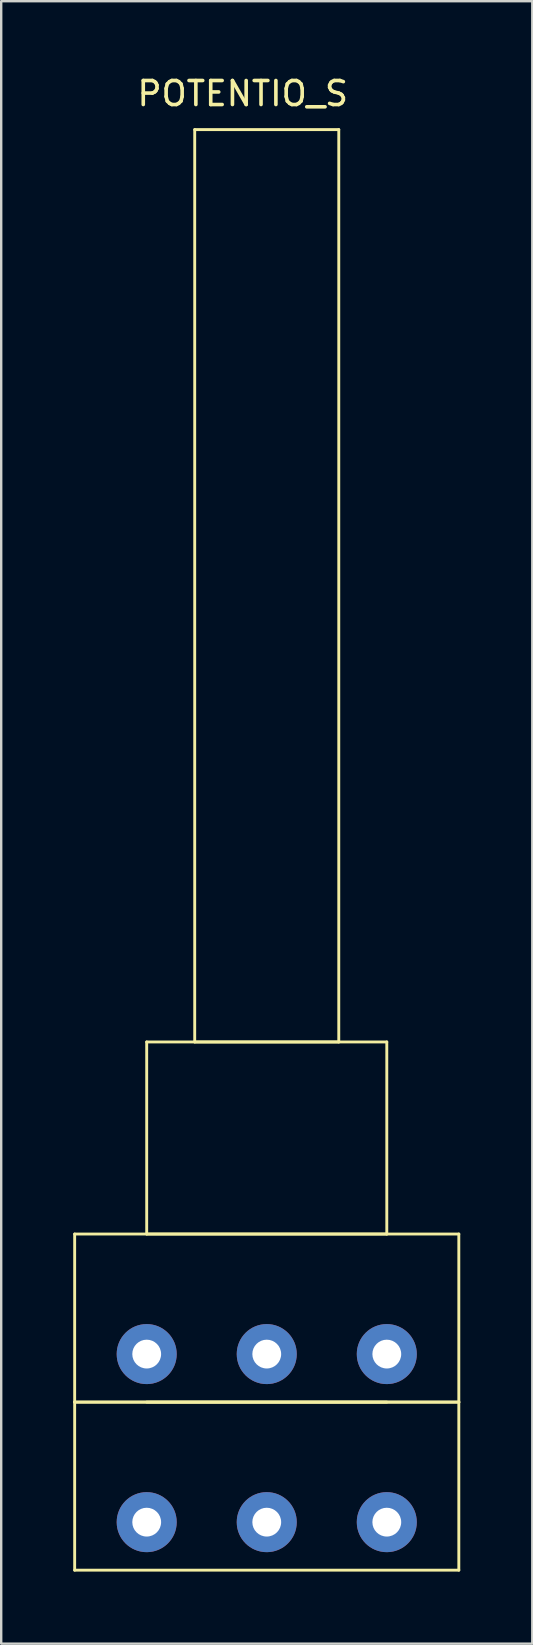
<source format=kicad_pcb>
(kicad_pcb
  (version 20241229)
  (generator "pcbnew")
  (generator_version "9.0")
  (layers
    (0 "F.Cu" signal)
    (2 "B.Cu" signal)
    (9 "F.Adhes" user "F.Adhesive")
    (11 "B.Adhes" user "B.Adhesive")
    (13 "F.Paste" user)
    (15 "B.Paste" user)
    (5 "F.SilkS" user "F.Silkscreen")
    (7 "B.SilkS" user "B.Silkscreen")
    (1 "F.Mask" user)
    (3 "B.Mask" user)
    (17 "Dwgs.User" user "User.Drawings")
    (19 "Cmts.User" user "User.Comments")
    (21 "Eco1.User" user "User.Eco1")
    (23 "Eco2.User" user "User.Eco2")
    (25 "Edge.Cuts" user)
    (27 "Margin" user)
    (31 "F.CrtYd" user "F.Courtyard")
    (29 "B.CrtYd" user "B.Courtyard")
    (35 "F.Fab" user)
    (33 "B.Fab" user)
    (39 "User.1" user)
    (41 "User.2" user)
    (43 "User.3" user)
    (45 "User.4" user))
  (footprint "POTENTIO_S"
    (layer "F.Cu")
    (at 5.06 2.348)
    (property "Reference" "POTENTIO_S" (at 2 -1.5 0) (layer "F.SilkS") (effects (font (size 1 1) (thickness 0.15))))
    (attr through_hole)
    (fp_line (start -5 46) (end 11 46) (stroke (width 0.12) (type solid)) (layer "F.SilkS"))
    (fp_line (start -5 53) (end -5 46) (stroke (width 0.12) (type solid)) (layer "F.SilkS"))
    (fp_line (start -5 53) (end 11 53) (stroke (width 0.12) (type solid)) (layer "F.SilkS"))
    (fp_line (start -5 60) (end -5 53) (stroke (width 0.12) (type solid)) (layer "F.SilkS"))
    (fp_line (start -2 38) (end 8 38) (stroke (width 0.12) (type solid)) (layer "F.SilkS"))
    (fp_line (start -2 46) (end -2 38) (stroke (width 0.12) (type solid)) (layer "F.SilkS"))
    (fp_line (start 0 0) (end 0 38) (stroke (width 0.12) (type solid)) (layer "F.SilkS"))
    (fp_line (start 0 38) (end 6 38) (stroke (width 0.12) (type solid)) (layer "F.SilkS"))
    (fp_line (start 6 0) (end 0 0) (stroke (width 0.12) (type solid)) (layer "F.SilkS"))
    (fp_line (start 6 38) (end 6 0) (stroke (width 0.12) (type solid)) (layer "F.SilkS"))
    (fp_line (start 8 38) (end 8 46) (stroke (width 0.12) (type solid)) (layer "F.SilkS"))
    (fp_line (start 8 46) (end -2 46) (stroke (width 0.12) (type solid)) (layer "F.SilkS"))
    (fp_line (start 8 53) (end -2 53) (stroke (width 0.12) (type solid)) (layer "F.SilkS"))
    (fp_line (start 11 46) (end 11 53) (stroke (width 0.12) (type solid)) (layer "F.SilkS"))
    (fp_line (start 11 53) (end -5 53) (stroke (width 0.12) (type solid)) (layer "F.SilkS"))
    (fp_line (start 11 53) (end 11 60) (stroke (width 0.12) (type solid)) (layer "F.SilkS"))
    (fp_line (start 11 60) (end -5 60) (stroke (width 0.12) (type solid)) (layer "F.SilkS"))
    (pad "1" thru_hole circle (at -2 51) (size 2.5 2.5) (drill 1.2) (layers "*.Cu" "*.Mask"))
    (pad "2" thru_hole circle (at 3 51) (size 2.5 2.5) (drill 1.2) (layers "*.Cu" "*.Mask"))
    (pad "3" thru_hole circle (at 8 51) (size 2.5 2.5) (drill 1.2) (layers "*.Cu" "*.Mask"))
    (pad "4" thru_hole circle (at -2 58) (size 2.5 2.5) (drill 1.2) (layers "*.Cu" "*.Mask"))
    (pad "5" thru_hole circle (at 3 58) (size 2.5 2.5) (drill 1.2) (layers "*.Cu" "*.Mask"))
    (pad "6" thru_hole circle (at 8 58) (size 2.5 2.5) (drill 1.2) (layers "*.Cu" "*.Mask")))
  (gr_rect
    (start -3 -3)
    (end 19.12 65.408)
    (stroke (width 0.1) (type default))
    (fill no)
    (layer "Edge.Cuts")))
</source>
